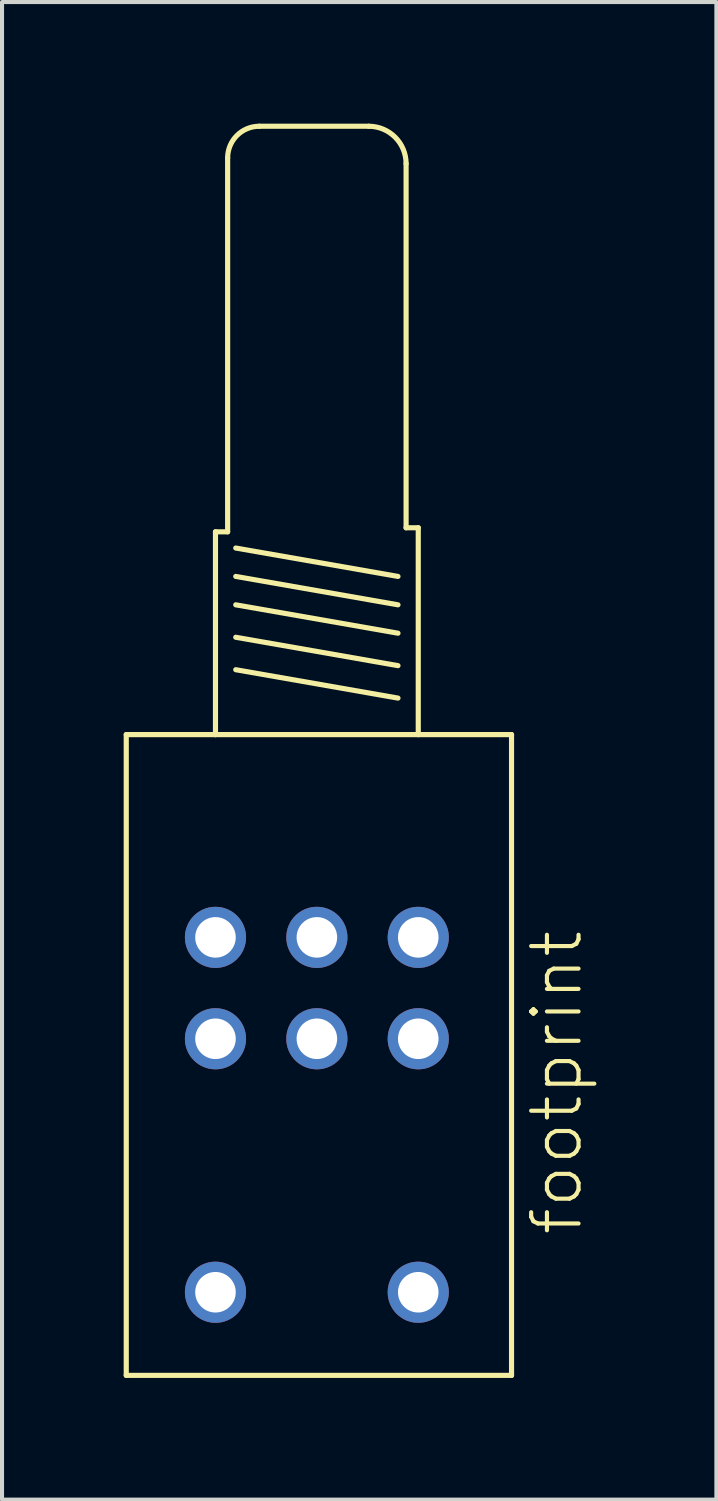
<source format=kicad_pcb>
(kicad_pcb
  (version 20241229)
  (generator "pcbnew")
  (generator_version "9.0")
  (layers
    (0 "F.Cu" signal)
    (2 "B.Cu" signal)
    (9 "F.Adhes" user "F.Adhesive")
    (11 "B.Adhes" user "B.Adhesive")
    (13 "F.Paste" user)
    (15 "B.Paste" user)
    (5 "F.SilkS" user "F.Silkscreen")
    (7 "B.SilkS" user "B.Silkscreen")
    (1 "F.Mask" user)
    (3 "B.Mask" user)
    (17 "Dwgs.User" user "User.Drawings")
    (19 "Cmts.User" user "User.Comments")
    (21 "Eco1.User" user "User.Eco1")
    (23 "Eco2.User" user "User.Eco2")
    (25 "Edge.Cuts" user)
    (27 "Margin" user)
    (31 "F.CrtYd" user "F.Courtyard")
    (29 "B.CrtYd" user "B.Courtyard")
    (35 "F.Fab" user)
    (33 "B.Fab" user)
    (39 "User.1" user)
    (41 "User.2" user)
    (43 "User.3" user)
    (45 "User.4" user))
  (footprint "footprint"
    (layer "F.Cu")
    (at 4.763 15.063)
    (property "Reference" "footprint" (at 6.6 12.4 90) (layer "F.SilkS") (effects (font (size 1.168 1.168) (thickness 0.102)) (justify left bottom)))
    (fp_line (start -4.7 0) (end -4.7 15.8) (stroke (width 0.127) (type solid)) (layer "F.SilkS"))
    (fp_line (start -4.7 15.8) (end 4.8 15.8) (stroke (width 0.127) (type solid)) (layer "F.SilkS"))
    (fp_line (start -2.5 -5) (end -2.2 -5) (stroke (width 0.127) (type solid)) (layer "F.SilkS"))
    (fp_line (start -2.5 0) (end -4.7 0) (stroke (width 0.127) (type solid)) (layer "F.SilkS"))
    (fp_line (start -2.5 0) (end -2.5 -5) (stroke (width 0.127) (type solid)) (layer "F.SilkS"))
    (fp_line (start -2.2 -5) (end -2.2 -14.219) (stroke (width 0.127) (type solid)) (layer "F.SilkS"))
    (fp_line (start -2 -4.6) (end 2 -3.9) (stroke (width 0.127) (type solid)) (layer "F.SilkS"))
    (fp_line (start -2 -3.9) (end 2 -3.2) (stroke (width 0.127) (type solid)) (layer "F.SilkS"))
    (fp_line (start -2 -3.2) (end 2 -2.5) (stroke (width 0.127) (type solid)) (layer "F.SilkS"))
    (fp_line (start -2 -2.4) (end 2 -1.7) (stroke (width 0.127) (type solid)) (layer "F.SilkS"))
    (fp_line (start -2 -1.6) (end 2 -0.9) (stroke (width 0.127) (type solid)) (layer "F.SilkS"))
    (fp_line (start -1.419 -15) (end 1.278 -15) (stroke (width 0.127) (type solid)) (layer "F.SilkS"))
    (fp_line (start 2.2 -14.078) (end 2.2 -5.1) (stroke (width 0.127) (type solid)) (layer "F.SilkS"))
    (fp_line (start 2.2 -5.1) (end 2.5 -5.1) (stroke (width 0.127) (type solid)) (layer "F.SilkS"))
    (fp_line (start 2.5 -5.1) (end 2.5 0) (stroke (width 0.127) (type solid)) (layer "F.SilkS"))
    (fp_line (start 2.5 0) (end -2.5 0) (stroke (width 0.127) (type solid)) (layer "F.SilkS"))
    (fp_line (start 4.8 0) (end 2.5 0) (stroke (width 0.127) (type solid)) (layer "F.SilkS"))
    (fp_line (start 4.8 15.8) (end 4.8 0) (stroke (width 0.127) (type solid)) (layer "F.SilkS"))
    (fp_arc (start -2.2 -14.219) (mid -1.97125 -14.77125) (end -1.419 -15) (stroke (width 0.127) (type solid)) (layer "F.SilkS"))
    (fp_arc (start 1.2781 -15) (mid 1.929982 -14.729982) (end 2.2 -14.0781) (stroke (width 0.127) (type solid)) (layer "F.SilkS"))
    (pad "A1" thru_hole circle (at -2.5 5) (size 1.508 1.508) (drill 1) (layers "*.Cu" "*.Mask"))
    (pad "A2" thru_hole circle (at -2.5 7.5) (size 1.508 1.508) (drill 1) (layers "*.Cu" "*.Mask"))
    (pad "B1" thru_hole circle (at 2.5 5) (size 1.508 1.508) (drill 1) (layers "*.Cu" "*.Mask"))
    (pad "B2" thru_hole circle (at 2.5 7.5) (size 1.508 1.508) (drill 1) (layers "*.Cu" "*.Mask"))
    (pad "SW1" thru_hole circle (at -2.5 13.75) (size 1.508 1.508) (drill 1) (layers "*.Cu" "*.Mask"))
    (pad "SW2" thru_hole circle (at 2.5 13.75) (size 1.508 1.508) (drill 1) (layers "*.Cu" "*.Mask"))
    (pad "W1" thru_hole circle (at 0 5) (size 1.508 1.508) (drill 1) (layers "*.Cu" "*.Mask"))
    (pad "W2" thru_hole circle (at 0 7.5) (size 1.508 1.508) (drill 1) (layers "*.Cu" "*.Mask")))
  (gr_rect
    (start -3 -3)
    (end 14.614 33.927)
    (stroke (width 0.1) (type default))
    (fill no)
    (layer "Edge.Cuts")))
</source>
